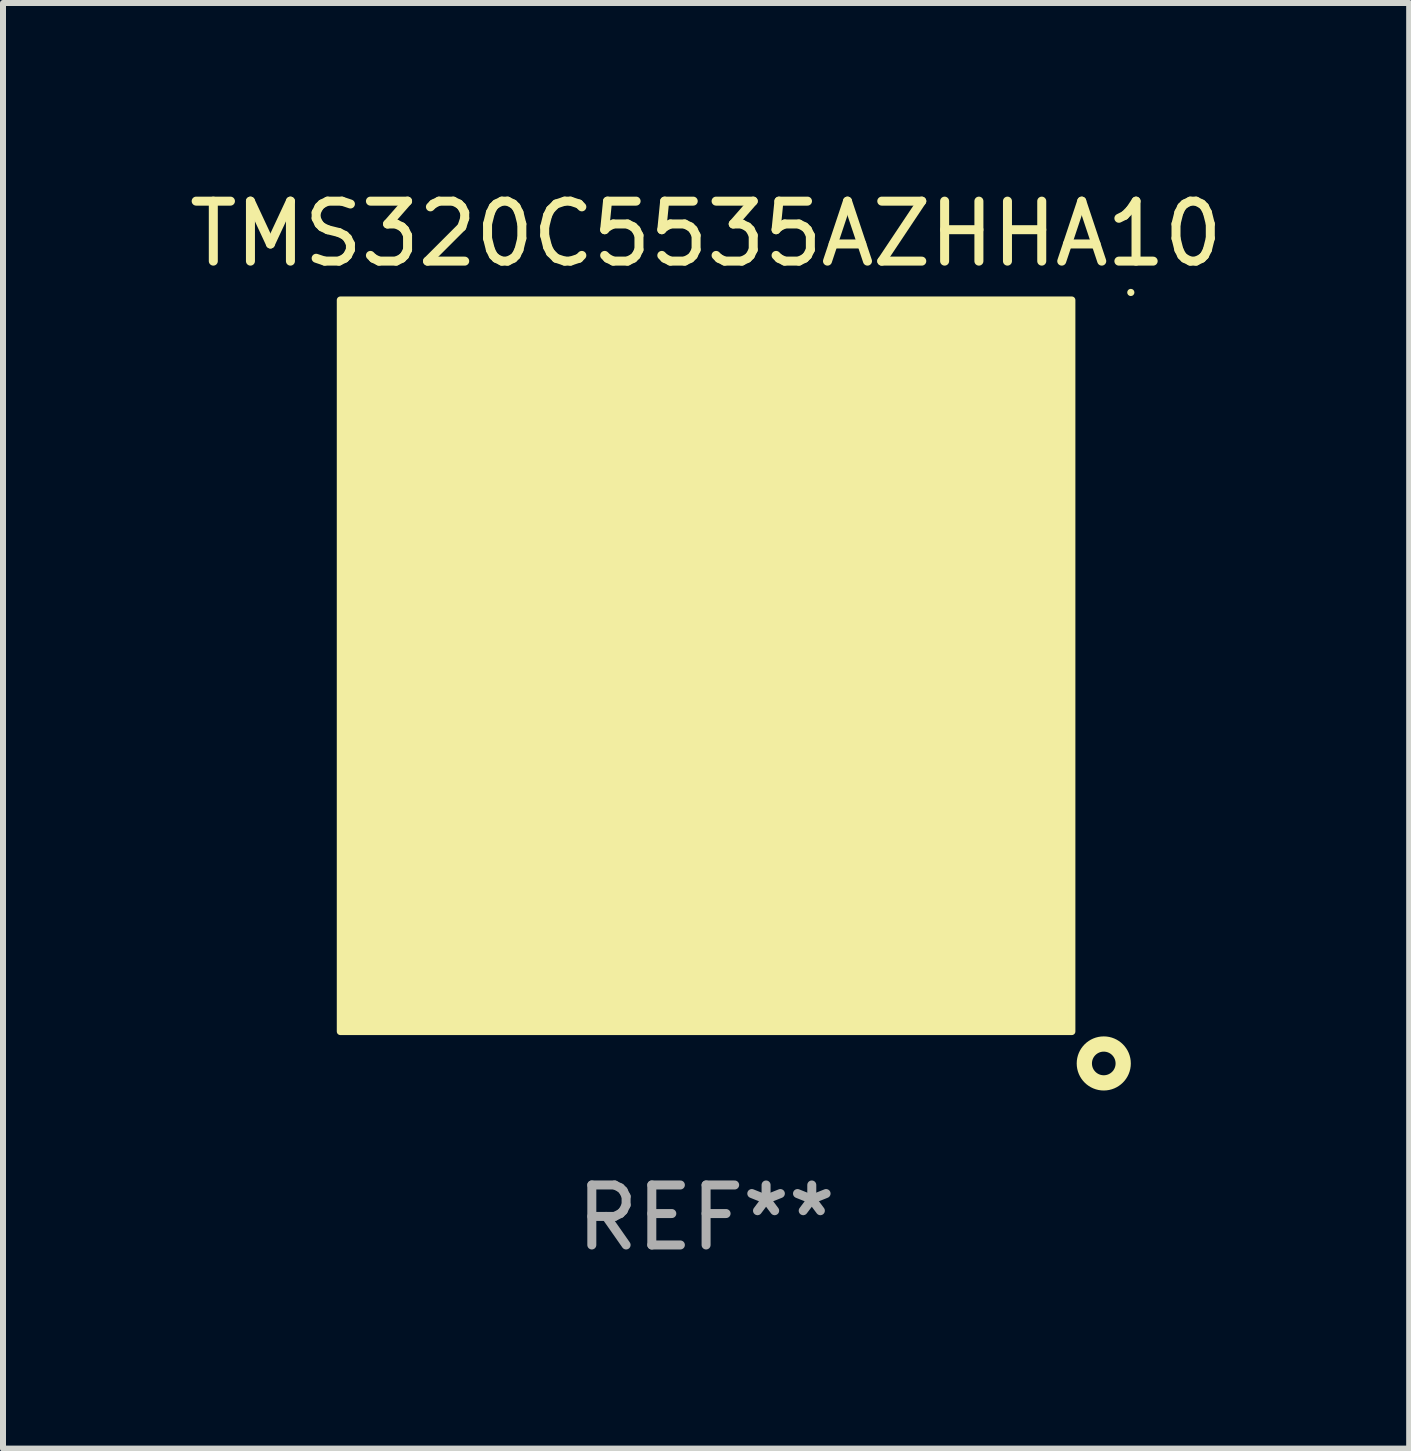
<source format=kicad_pcb>
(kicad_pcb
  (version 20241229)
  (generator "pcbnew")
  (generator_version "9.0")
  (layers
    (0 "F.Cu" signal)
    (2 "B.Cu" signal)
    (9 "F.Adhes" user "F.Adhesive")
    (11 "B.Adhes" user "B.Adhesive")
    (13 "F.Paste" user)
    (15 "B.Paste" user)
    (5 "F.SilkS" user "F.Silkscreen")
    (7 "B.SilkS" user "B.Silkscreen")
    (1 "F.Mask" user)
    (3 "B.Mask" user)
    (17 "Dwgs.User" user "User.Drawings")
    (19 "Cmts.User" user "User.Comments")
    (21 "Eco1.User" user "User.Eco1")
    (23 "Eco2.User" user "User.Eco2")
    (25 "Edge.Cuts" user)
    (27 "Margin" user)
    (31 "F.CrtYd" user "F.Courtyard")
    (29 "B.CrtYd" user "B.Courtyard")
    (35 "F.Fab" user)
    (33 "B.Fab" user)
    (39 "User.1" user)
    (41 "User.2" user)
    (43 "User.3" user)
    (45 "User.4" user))
  (footprint "TMS320C5535AZHHA10"
    (layer "F.Cu")
    (at 8.72 8.048)
    (property "Reference" "TMS320C5535AZHHA10" (at 0 -7.2 0) (layer "F.SilkS") (effects (font (size 1 1) (thickness 0.15))))
    (attr through_hole)
    (fp_circle (center 6.629 6.629) (end 6.953 6.629) (stroke (width 0.254) (type solid)) (fill no) (layer "F.SilkS"))
    (fp_circle (center 7.08 -6.223) (end 7.11 -6.223) (stroke (width 0.06) (type solid)) (fill no) (layer "F.SilkS"))
    (fp_poly (pts (xy -6.096 -6.096) (xy 6.096 -6.096) (xy 6.096 6.096) (xy -6.096 6.096)) (stroke (width 0.12) (type solid)) (fill yes) (layer "F.SilkS"))
    (fp_text user "REF**" (at 0 9.2 0) (layer "F.Fab") (effects (font (size 1 1) (thickness 0.15))))
    (pad "A1" smd circle (at 5.2 5.2) (size 0.5 0.5) (layers "F.Cu" "F.Mask" "F.Paste"))
    (pad "A2" smd circle (at 4.4 5.2) (size 0.5 0.5) (layers "F.Cu" "F.Mask" "F.Paste"))
    (pad "A3" smd circle (at 3.6 5.2) (size 0.5 0.5) (layers "F.Cu" "F.Mask" "F.Paste"))
    (pad "A4" smd circle (at 2.8 5.2) (size 0.5 0.5) (layers "F.Cu" "F.Mask" "F.Paste"))
    (pad "A5" smd circle (at 2 5.2) (size 0.5 0.5) (layers "F.Cu" "F.Mask" "F.Paste"))
    (pad "A6" smd circle (at 1.2 5.2) (size 0.5 0.5) (layers "F.Cu" "F.Mask" "F.Paste"))
    (pad "A7" smd circle (at 0.4 5.2) (size 0.5 0.5) (layers "F.Cu" "F.Mask" "F.Paste"))
    (pad "A8" smd circle (at -0.4 5.2) (size 0.5 0.5) (layers "F.Cu" "F.Mask" "F.Paste"))
    (pad "A9" smd circle (at -1.2 5.2) (size 0.5 0.5) (layers "F.Cu" "F.Mask" "F.Paste"))
    (pad "A10" smd circle (at -2 5.2) (size 0.5 0.5) (layers "F.Cu" "F.Mask" "F.Paste"))
    (pad "A11" smd circle (at -2.8 5.2) (size 0.5 0.5) (layers "F.Cu" "F.Mask" "F.Paste"))
    (pad "A12" smd circle (at -3.6 5.2) (size 0.5 0.5) (layers "F.Cu" "F.Mask" "F.Paste"))
    (pad "A13" smd circle (at -4.4 5.2) (size 0.5 0.5) (layers "F.Cu" "F.Mask" "F.Paste"))
    (pad "A14" smd circle (at -5.2 5.2) (size 0.5 0.5) (layers "F.Cu" "F.Mask" "F.Paste"))
    (pad "B1" smd circle (at 5.2 4.4) (size 0.5 0.5) (layers "F.Cu" "F.Mask" "F.Paste"))
    (pad "B2" smd circle (at 4.4 4.4) (size 0.5 0.5) (layers "F.Cu" "F.Mask" "F.Paste"))
    (pad "B3" smd circle (at 3.6 4.4) (size 0.5 0.5) (layers "F.Cu" "F.Mask" "F.Paste"))
    (pad "B4" smd circle (at 2.8 4.4) (size 0.5 0.5) (layers "F.Cu" "F.Mask" "F.Paste"))
    (pad "B5" smd circle (at 2 4.4) (size 0.5 0.5) (layers "F.Cu" "F.Mask" "F.Paste"))
    (pad "B6" smd circle (at 1.2 4.4) (size 0.5 0.5) (layers "F.Cu" "F.Mask" "F.Paste"))
    (pad "B7" smd circle (at 0.4 4.4) (size 0.5 0.5) (layers "F.Cu" "F.Mask" "F.Paste"))
    (pad "B8" smd circle (at -0.4 4.4) (size 0.5 0.5) (layers "F.Cu" "F.Mask" "F.Paste"))
    (pad "B9" smd circle (at -1.2 4.4) (size 0.5 0.5) (layers "F.Cu" "F.Mask" "F.Paste"))
    (pad "B10" smd circle (at -2 4.4) (size 0.5 0.5) (layers "F.Cu" "F.Mask" "F.Paste"))
    (pad "B11" smd circle (at -2.8 4.4) (size 0.5 0.5) (layers "F.Cu" "F.Mask" "F.Paste"))
    (pad "B12" smd circle (at -3.6 4.4) (size 0.5 0.5) (layers "F.Cu" "F.Mask" "F.Paste"))
    (pad "B13" smd circle (at -4.4 4.4) (size 0.5 0.5) (layers "F.Cu" "F.Mask" "F.Paste"))
    (pad "B14" smd circle (at -5.2 4.4) (size 0.5 0.5) (layers "F.Cu" "F.Mask" "F.Paste"))
    (pad "C1" smd circle (at 5.2 3.6) (size 0.5 0.5) (layers "F.Cu" "F.Mask" "F.Paste"))
    (pad "C2" smd circle (at 4.4 3.6) (size 0.5 0.5) (layers "F.Cu" "F.Mask" "F.Paste"))
    (pad "C3" smd circle (at 3.6 3.6) (size 0.5 0.5) (layers "F.Cu" "F.Mask" "F.Paste"))
    (pad "C4" smd circle (at 2.8 3.6) (size 0.5 0.5) (layers "F.Cu" "F.Mask" "F.Paste"))
    (pad "C5" smd circle (at 2 3.6) (size 0.5 0.5) (layers "F.Cu" "F.Mask" "F.Paste"))
    (pad "C6" smd circle (at 1.2 3.6) (size 0.5 0.5) (layers "F.Cu" "F.Mask" "F.Paste"))
    (pad "C7" smd circle (at 0.4 3.6) (size 0.5 0.5) (layers "F.Cu" "F.Mask" "F.Paste"))
    (pad "C8" smd circle (at -0.4 3.6) (size 0.5 0.5) (layers "F.Cu" "F.Mask" "F.Paste"))
    (pad "C9" smd circle (at -1.2 3.6) (size 0.5 0.5) (layers "F.Cu" "F.Mask" "F.Paste"))
    (pad "C10" smd circle (at -2 3.6) (size 0.5 0.5) (layers "F.Cu" "F.Mask" "F.Paste"))
    (pad "C11" smd circle (at -2.8 3.6) (size 0.5 0.5) (layers "F.Cu" "F.Mask" "F.Paste"))
    (pad "C12" smd circle (at -3.6 3.6) (size 0.5 0.5) (layers "F.Cu" "F.Mask" "F.Paste"))
    (pad "C13" smd circle (at -4.4 3.6) (size 0.5 0.5) (layers "F.Cu" "F.Mask" "F.Paste"))
    (pad "C14" smd circle (at -5.2 3.6) (size 0.5 0.5) (layers "F.Cu" "F.Mask" "F.Paste"))
    (pad "D1" smd circle (at 5.2 2.8) (size 0.5 0.5) (layers "F.Cu" "F.Mask" "F.Paste"))
    (pad "D2" smd circle (at 4.4 2.8) (size 0.5 0.5) (layers "F.Cu" "F.Mask" "F.Paste"))
    (pad "D3" smd circle (at 3.6 2.8) (size 0.5 0.5) (layers "F.Cu" "F.Mask" "F.Paste"))
    (pad "D4" smd circle (at 2.8 2.8) (size 0.5 0.5) (layers "F.Cu" "F.Mask" "F.Paste"))
    (pad "D5" smd circle (at 2 2.8) (size 0.5 0.5) (layers "F.Cu" "F.Mask" "F.Paste"))
    (pad "D10" smd circle (at -2 2.8) (size 0.5 0.5) (layers "F.Cu" "F.Mask" "F.Paste"))
    (pad "D11" smd circle (at -2.8 2.8) (size 0.5 0.5) (layers "F.Cu" "F.Mask" "F.Paste"))
    (pad "D12" smd circle (at -3.6 2.8) (size 0.5 0.5) (layers "F.Cu" "F.Mask" "F.Paste"))
    (pad "D13" smd circle (at -4.4 2.8) (size 0.5 0.5) (layers "F.Cu" "F.Mask" "F.Paste"))
    (pad "D14" smd circle (at -5.2 2.8) (size 0.5 0.5) (layers "F.Cu" "F.Mask" "F.Paste"))
    (pad "E1" smd circle (at 5.2 2) (size 0.5 0.5) (layers "F.Cu" "F.Mask" "F.Paste"))
    (pad "E2" smd circle (at 4.4 2) (size 0.5 0.5) (layers "F.Cu" "F.Mask" "F.Paste"))
    (pad "E3" smd circle (at 3.6 2) (size 0.5 0.5) (layers "F.Cu" "F.Mask" "F.Paste"))
    (pad "E4" smd circle (at 2.8 2) (size 0.5 0.5) (layers "F.Cu" "F.Mask" "F.Paste"))
    (pad "E11" smd circle (at -2.8 2) (size 0.5 0.5) (layers "F.Cu" "F.Mask" "F.Paste"))
    (pad "E12" smd circle (at -3.6 2) (size 0.5 0.5) (layers "F.Cu" "F.Mask" "F.Paste"))
    (pad "E13" smd circle (at -4.4 2) (size 0.5 0.5) (layers "F.Cu" "F.Mask" "F.Paste"))
    (pad "E14" smd circle (at -5.2 2) (size 0.5 0.5) (layers "F.Cu" "F.Mask" "F.Paste"))
    (pad "F1" smd circle (at 5.2 1.2) (size 0.5 0.5) (layers "F.Cu" "F.Mask" "F.Paste"))
    (pad "F2" smd circle (at 4.4 1.2) (size 0.5 0.5) (layers "F.Cu" "F.Mask" "F.Paste"))
    (pad "F3" smd circle (at 3.6 1.2) (size 0.5 0.5) (layers "F.Cu" "F.Mask" "F.Paste"))
    (pad "F12" smd circle (at -3.6 1.2) (size 0.5 0.5) (layers "F.Cu" "F.Mask" "F.Paste"))
    (pad "F13" smd circle (at -4.4 1.2) (size 0.5 0.5) (layers "F.Cu" "F.Mask" "F.Paste"))
    (pad "F14" smd circle (at -5.2 1.2) (size 0.5 0.5) (layers "F.Cu" "F.Mask" "F.Paste"))
    (pad "G1" smd circle (at 5.2 0.4) (size 0.5 0.5) (layers "F.Cu" "F.Mask" "F.Paste"))
    (pad "G2" smd circle (at 4.4 0.4) (size 0.5 0.5) (layers "F.Cu" "F.Mask" "F.Paste"))
    (pad "G3" smd circle (at 3.6 0.4) (size 0.5 0.5) (layers "F.Cu" "F.Mask" "F.Paste"))
    (pad "G12" smd circle (at -3.6 0.4) (size 0.5 0.5) (layers "F.Cu" "F.Mask" "F.Paste"))
    (pad "G13" smd circle (at -4.4 0.4) (size 0.5 0.5) (layers "F.Cu" "F.Mask" "F.Paste"))
    (pad "G14" smd circle (at -5.2 0.4) (size 0.5 0.5) (layers "F.Cu" "F.Mask" "F.Paste"))
    (pad "H1" smd circle (at 5.2 -0.4) (size 0.5 0.5) (layers "F.Cu" "F.Mask" "F.Paste"))
    (pad "H2" smd circle (at 4.4 -0.4) (size 0.5 0.5) (layers "F.Cu" "F.Mask" "F.Paste"))
    (pad "H3" smd circle (at 3.6 -0.4) (size 0.5 0.5) (layers "F.Cu" "F.Mask" "F.Paste"))
    (pad "H12" smd circle (at -3.6 -0.4) (size 0.5 0.5) (layers "F.Cu" "F.Mask" "F.Paste"))
    (pad "H13" smd circle (at -4.4 -0.4) (size 0.5 0.5) (layers "F.Cu" "F.Mask" "F.Paste"))
    (pad "H14" smd circle (at -5.2 -0.4) (size 0.5 0.5) (layers "F.Cu" "F.Mask" "F.Paste"))
    (pad "J1" smd circle (at 5.2 -1.2) (size 0.5 0.5) (layers "F.Cu" "F.Mask" "F.Paste"))
    (pad "J2" smd circle (at 4.4 -1.2) (size 0.5 0.5) (layers "F.Cu" "F.Mask" "F.Paste"))
    (pad "J3" smd circle (at 3.6 -1.2) (size 0.5 0.5) (layers "F.Cu" "F.Mask" "F.Paste"))
    (pad "J12" smd circle (at -3.6 -1.2) (size 0.5 0.5) (layers "F.Cu" "F.Mask" "F.Paste"))
    (pad "J13" smd circle (at -4.4 -1.2) (size 0.5 0.5) (layers "F.Cu" "F.Mask" "F.Paste"))
    (pad "J14" smd circle (at -5.2 -1.2) (size 0.5 0.5) (layers "F.Cu" "F.Mask" "F.Paste"))
    (pad "K1" smd circle (at 5.2 -2) (size 0.5 0.5) (layers "F.Cu" "F.Mask" "F.Paste"))
    (pad "K2" smd circle (at 4.4 -2) (size 0.5 0.5) (layers "F.Cu" "F.Mask" "F.Paste"))
    (pad "K3" smd circle (at 3.6 -2) (size 0.5 0.5) (layers "F.Cu" "F.Mask" "F.Paste"))
    (pad "K4" smd circle (at 2.8 -2) (size 0.5 0.5) (layers "F.Cu" "F.Mask" "F.Paste"))
    (pad "K11" smd circle (at -2.8 -2) (size 0.5 0.5) (layers "F.Cu" "F.Mask" "F.Paste"))
    (pad "K12" smd circle (at -3.6 -2) (size 0.5 0.5) (layers "F.Cu" "F.Mask" "F.Paste"))
    (pad "K13" smd circle (at -4.4 -2) (size 0.5 0.5) (layers "F.Cu" "F.Mask" "F.Paste"))
    (pad "K14" smd circle (at -5.2 -2) (size 0.5 0.5) (layers "F.Cu" "F.Mask" "F.Paste"))
    (pad "L1" smd circle (at 5.2 -2.8) (size 0.5 0.5) (layers "F.Cu" "F.Mask" "F.Paste"))
    (pad "L2" smd circle (at 4.4 -2.8) (size 0.5 0.5) (layers "F.Cu" "F.Mask" "F.Paste"))
    (pad "L3" smd circle (at 3.6 -2.8) (size 0.5 0.5) (layers "F.Cu" "F.Mask" "F.Paste"))
    (pad "L4" smd circle (at 2.8 -2.8) (size 0.5 0.5) (layers "F.Cu" "F.Mask" "F.Paste"))
    (pad "L5" smd circle (at 2 -2.8) (size 0.5 0.5) (layers "F.Cu" "F.Mask" "F.Paste"))
    (pad "L10" smd circle (at -2 -2.8) (size 0.5 0.5) (layers "F.Cu" "F.Mask" "F.Paste"))
    (pad "L11" smd circle (at -2.8 -2.8) (size 0.5 0.5) (layers "F.Cu" "F.Mask" "F.Paste"))
    (pad "L12" smd circle (at -3.6 -2.8) (size 0.5 0.5) (layers "F.Cu" "F.Mask" "F.Paste"))
    (pad "L13" smd circle (at -4.4 -2.8) (size 0.5 0.5) (layers "F.Cu" "F.Mask" "F.Paste"))
    (pad "L14" smd circle (at -5.2 -2.8) (size 0.5 0.5) (layers "F.Cu" "F.Mask" "F.Paste"))
    (pad "M1" smd circle (at 5.2 -3.6) (size 0.5 0.5) (layers "F.Cu" "F.Mask" "F.Paste"))
    (pad "M2" smd circle (at 4.4 -3.6) (size 0.5 0.5) (layers "F.Cu" "F.Mask" "F.Paste"))
    (pad "M3" smd circle (at 3.6 -3.6) (size 0.5 0.5) (layers "F.Cu" "F.Mask" "F.Paste"))
    (pad "M4" smd circle (at 2.8 -3.6) (size 0.5 0.5) (layers "F.Cu" "F.Mask" "F.Paste"))
    (pad "M5" smd circle (at 2 -3.6) (size 0.5 0.5) (layers "F.Cu" "F.Mask" "F.Paste"))
    (pad "M6" smd circle (at 1.2 -3.6) (size 0.5 0.5) (layers "F.Cu" "F.Mask" "F.Paste"))
    (pad "M7" smd circle (at 0.4 -3.6) (size 0.5 0.5) (layers "F.Cu" "F.Mask" "F.Paste"))
    (pad "M8" smd circle (at -0.4 -3.6) (size 0.5 0.5) (layers "F.Cu" "F.Mask" "F.Paste"))
    (pad "M9" smd circle (at -1.2 -3.6) (size 0.5 0.5) (layers "F.Cu" "F.Mask" "F.Paste"))
    (pad "M10" smd circle (at -2 -3.6) (size 0.5 0.5) (layers "F.Cu" "F.Mask" "F.Paste"))
    (pad "M11" smd circle (at -2.8 -3.6) (size 0.5 0.5) (layers "F.Cu" "F.Mask" "F.Paste"))
    (pad "M12" smd circle (at -3.6 -3.6) (size 0.5 0.5) (layers "F.Cu" "F.Mask" "F.Paste"))
    (pad "M13" smd circle (at -4.4 -3.6) (size 0.5 0.5) (layers "F.Cu" "F.Mask" "F.Paste"))
    (pad "M14" smd circle (at -5.2 -3.6) (size 0.5 0.5) (layers "F.Cu" "F.Mask" "F.Paste"))
    (pad "N1" smd circle (at 5.2 -4.4) (size 0.5 0.5) (layers "F.Cu" "F.Mask" "F.Paste"))
    (pad "N2" smd circle (at 4.4 -4.4) (size 0.5 0.5) (layers "F.Cu" "F.Mask" "F.Paste"))
    (pad "N3" smd circle (at 3.6 -4.4) (size 0.5 0.5) (layers "F.Cu" "F.Mask" "F.Paste"))
    (pad "N4" smd circle (at 2.8 -4.4) (size 0.5 0.5) (layers "F.Cu" "F.Mask" "F.Paste"))
    (pad "N5" smd circle (at 2 -4.4) (size 0.5 0.5) (layers "F.Cu" "F.Mask" "F.Paste"))
    (pad "N6" smd circle (at 1.2 -4.4) (size 0.5 0.5) (layers "F.Cu" "F.Mask" "F.Paste"))
    (pad "N7" smd circle (at 0.4 -4.4) (size 0.5 0.5) (layers "F.Cu" "F.Mask" "F.Paste"))
    (pad "N8" smd circle (at -0.4 -4.4) (size 0.5 0.5) (layers "F.Cu" "F.Mask" "F.Paste"))
    (pad "N9" smd circle (at -1.2 -4.4) (size 0.5 0.5) (layers "F.Cu" "F.Mask" "F.Paste"))
    (pad "N10" smd circle (at -2 -4.4) (size 0.5 0.5) (layers "F.Cu" "F.Mask" "F.Paste"))
    (pad "N11" smd circle (at -2.8 -4.4) (size 0.5 0.5) (layers "F.Cu" "F.Mask" "F.Paste"))
    (pad "N12" smd circle (at -3.6 -4.4) (size 0.5 0.5) (layers "F.Cu" "F.Mask" "F.Paste"))
    (pad "N13" smd circle (at -4.4 -4.4) (size 0.5 0.5) (layers "F.Cu" "F.Mask" "F.Paste"))
    (pad "N14" smd circle (at -5.2 -4.4) (size 0.5 0.5) (layers "F.Cu" "F.Mask" "F.Paste"))
    (pad "P1" smd circle (at 5.2 -5.2) (size 0.5 0.5) (layers "F.Cu" "F.Mask" "F.Paste"))
    (pad "P2" smd circle (at 4.4 -5.2) (size 0.5 0.5) (layers "F.Cu" "F.Mask" "F.Paste"))
    (pad "P3" smd circle (at 3.6 -5.2) (size 0.5 0.5) (layers "F.Cu" "F.Mask" "F.Paste"))
    (pad "P4" smd circle (at 2.8 -5.2) (size 0.5 0.5) (layers "F.Cu" "F.Mask" "F.Paste"))
    (pad "P5" smd circle (at 2 -5.2) (size 0.5 0.5) (layers "F.Cu" "F.Mask" "F.Paste"))
    (pad "P6" smd circle (at 1.2 -5.2) (size 0.5 0.5) (layers "F.Cu" "F.Mask" "F.Paste"))
    (pad "P7" smd circle (at 0.4 -5.2) (size 0.5 0.5) (layers "F.Cu" "F.Mask" "F.Paste"))
    (pad "P8" smd circle (at -0.4 -5.2) (size 0.5 0.5) (layers "F.Cu" "F.Mask" "F.Paste"))
    (pad "P9" smd circle (at -1.2 -5.2) (size 0.5 0.5) (layers "F.Cu" "F.Mask" "F.Paste"))
    (pad "P10" smd circle (at -2 -5.2) (size 0.5 0.5) (layers "F.Cu" "F.Mask" "F.Paste"))
    (pad "P11" smd circle (at -2.8 -5.2) (size 0.5 0.5) (layers "F.Cu" "F.Mask" "F.Paste"))
    (pad "P12" smd circle (at -3.6 -5.2) (size 0.5 0.5) (layers "F.Cu" "F.Mask" "F.Paste"))
    (pad "P13" smd circle (at -4.4 -5.2) (size 0.5 0.5) (layers "F.Cu" "F.Mask" "F.Paste"))
    (pad "P14" smd circle (at -5.2 -5.2) (size 0.5 0.5) (layers "F.Cu" "F.Mask" "F.Paste")))
  (gr_rect
    (start -3 -3)
    (end 20.44 21.097)
    (stroke (width 0.1) (type default))
    (fill no)
    (layer "Edge.Cuts")))
</source>
